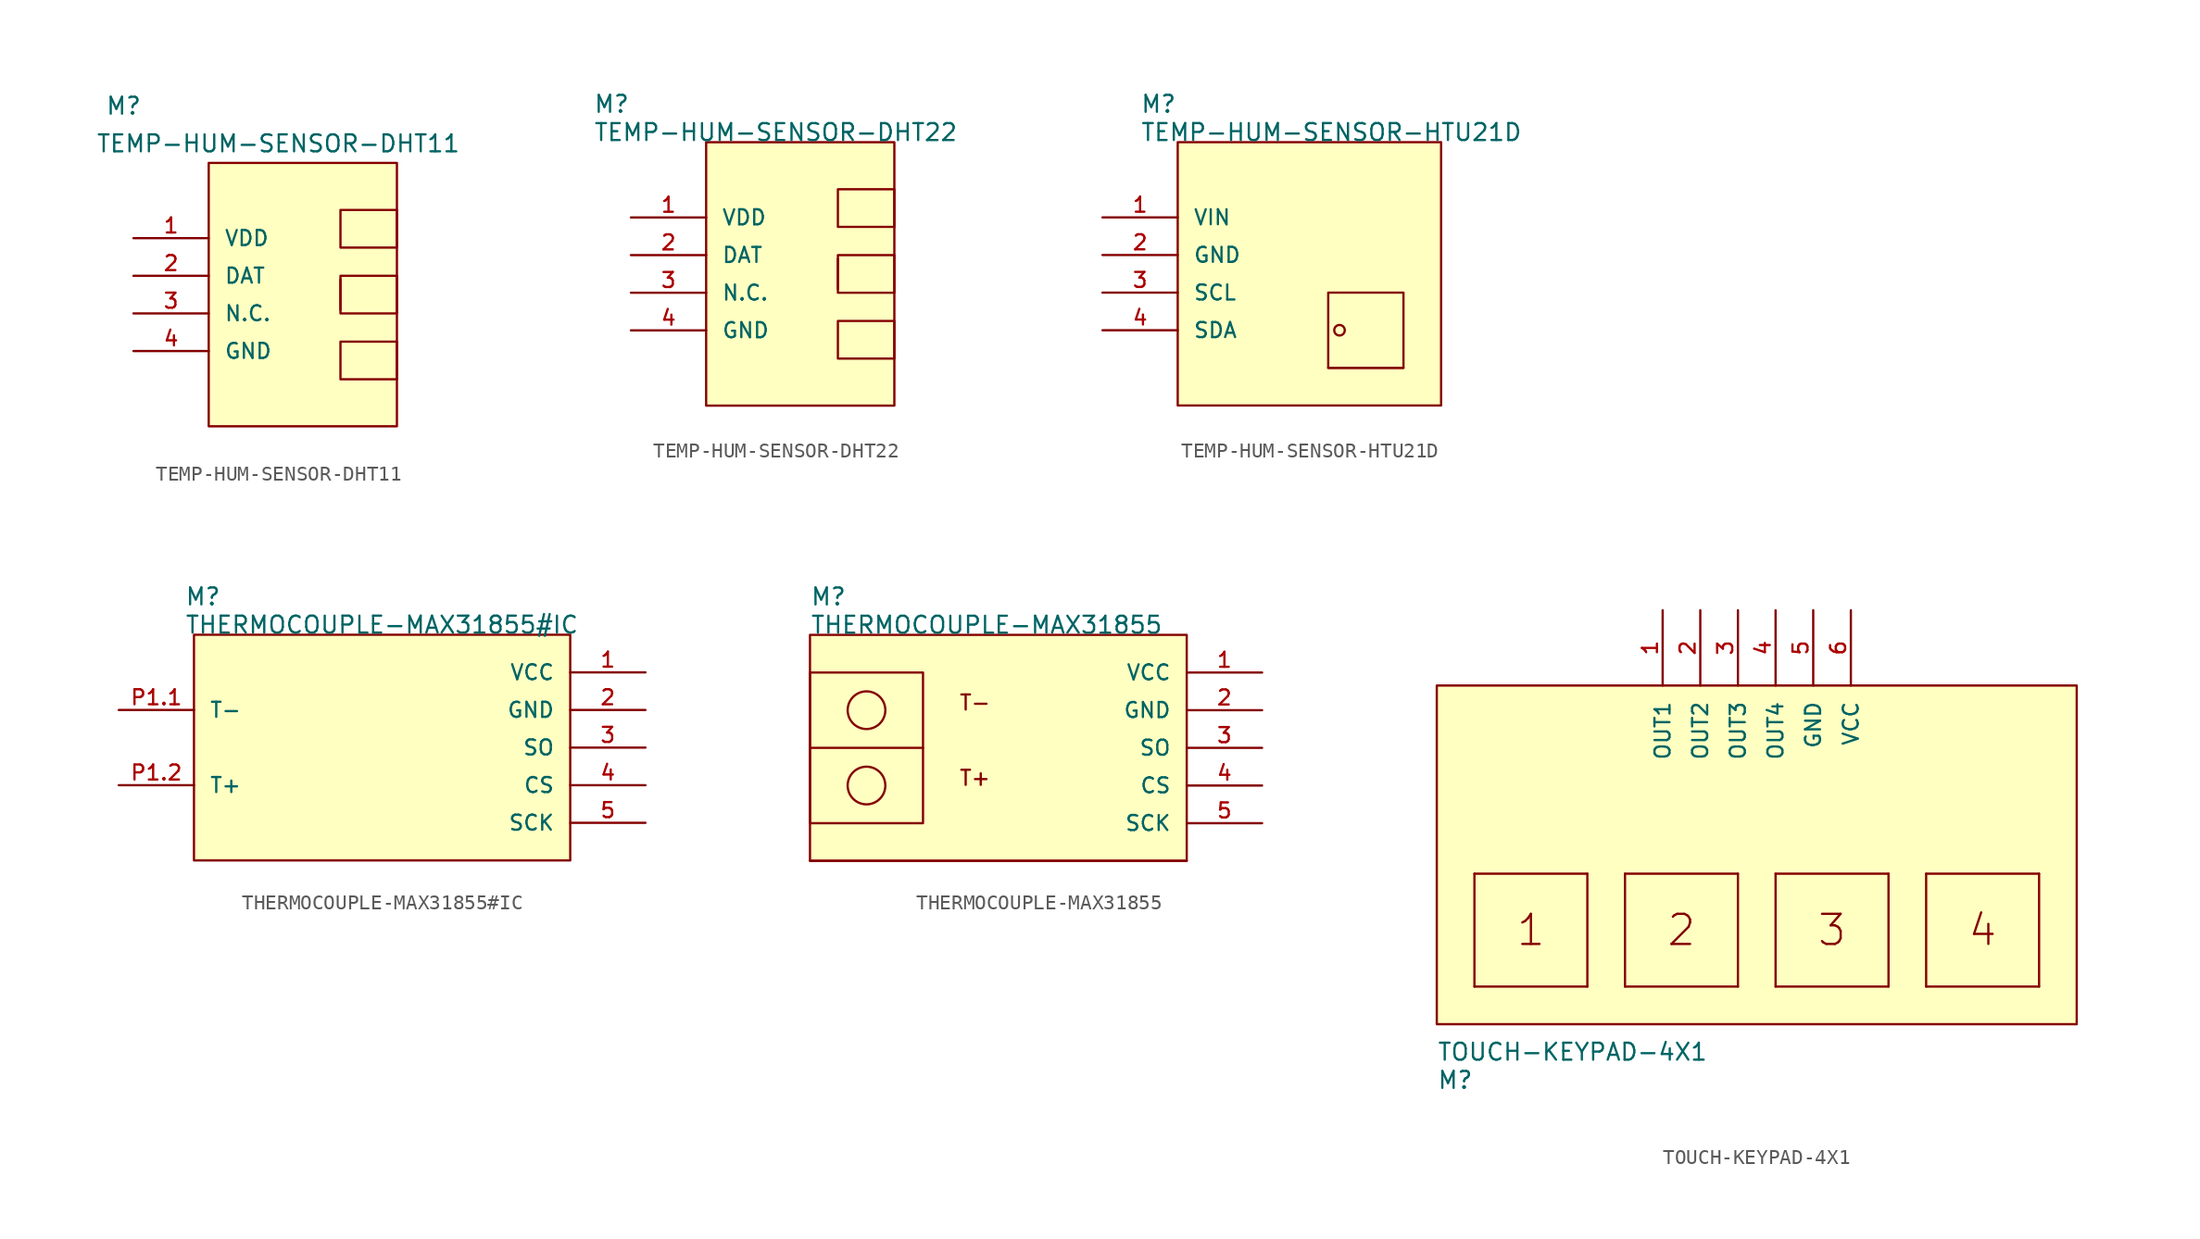
<source format=kicad_sym>
(kicad_symbol_lib
  (version 20231120)
  (generator "kicad_symbol_editor")
  (generator_version "8.0")
  (symbol "TEMP-HUM-SENSOR-DHT11"
    (pin_names
      (offset 1.016))
    (property "Reference" "M"
      (at -6.985 12.065 0)
      (effects (font (size 1.143 1.143)) (justify left bottom)))
    (property "Value" "TEMP-HUM-SENSOR-DHT11"
      (at -7.62 9.525 0)
      (effects (font (size 1.143 1.143)) (justify left bottom)))
    (property "ki_locked" ""
      (at 0 0 0)
      (effects (font (size 1.27 1.27))))
    (symbol "TEMP-HUM-SENSOR-DHT11_1_0"
      (polyline (pts (xy 8.89 1.016) (xy 8.89 -1.016)) (stroke (width 0) (type default)) (fill (type none)))
      (rectangle (start 0 8.89) (end 12.7 -8.89) (stroke (width 0) (type default)) (fill (type background)))
      (rectangle (start 8.89 -3.175) (end 12.7 -5.715) (stroke (width 0) (type default)) (fill (type none)))
      (rectangle (start 8.89 1.27) (end 12.7 -1.27) (stroke (width 0) (type default)) (fill (type none)))
      (rectangle (start 8.89 5.715) (end 12.7 3.175) (stroke (width 0) (type default)) (fill (type none))))
    (symbol "TEMP-HUM-SENSOR-DHT11_1_1"
      (pin power_in line (at -5.08 3.81 0) (length 5.08) (name "VDD" (effects (font (size 1.016 1.016)))) (number "1" (effects (font (size 1.016 1.016)))))
      (pin bidirectional line (at -5.08 1.27 0) (length 5.08) (name "DAT" (effects (font (size 1.016 1.016)))) (number "2" (effects (font (size 1.016 1.016)))))
      (pin passive line (at -5.08 -1.27 0) (length 5.08) (name "N.C." (effects (font (size 1.016 1.016)))) (number "3" (effects (font (size 1.016 1.016)))))
      (pin power_in line (at -5.08 -3.81 0) (length 5.08) (name "GND" (effects (font (size 1.016 1.016)))) (number "4" (effects (font (size 1.016 1.016)))))))
  (symbol "TEMP-HUM-SENSOR-DHT22"
    (pin_names
      (offset 1.016))
    (property "Reference" "M"
      (at -7.62 10.795 0)
      (effects (font (size 1.143 1.143)) (justify left bottom)))
    (property "Value" "TEMP-HUM-SENSOR-DHT22"
      (at -7.62 8.89 0)
      (effects (font (size 1.143 1.143)) (justify left bottom)))
    (property "ki_locked" ""
      (at 0 0 0)
      (effects (font (size 1.27 1.27))))
    (symbol "TEMP-HUM-SENSOR-DHT22_1_0"
      (polyline (pts (xy 8.89 1.016) (xy 8.89 -1.016)) (stroke (width 0) (type default)) (fill (type none)))
      (rectangle (start 0 8.89) (end 12.7 -8.89) (stroke (width 0) (type default)) (fill (type background)))
      (rectangle (start 8.89 -3.175) (end 12.7 -5.715) (stroke (width 0) (type default)) (fill (type none)))
      (rectangle (start 8.89 1.27) (end 12.7 -1.27) (stroke (width 0) (type default)) (fill (type none)))
      (rectangle (start 8.89 5.715) (end 12.7 3.175) (stroke (width 0) (type default)) (fill (type none))))
    (symbol "TEMP-HUM-SENSOR-DHT22_1_1"
      (pin power_in line (at -5.08 3.81 0) (length 5.08) (name "VDD" (effects (font (size 1.016 1.016)))) (number "1" (effects (font (size 1.016 1.016)))))
      (pin bidirectional line (at -5.08 1.27 0) (length 5.08) (name "DAT" (effects (font (size 1.016 1.016)))) (number "2" (effects (font (size 1.016 1.016)))))
      (pin passive line (at -5.08 -1.27 0) (length 5.08) (name "N.C." (effects (font (size 1.016 1.016)))) (number "3" (effects (font (size 1.016 1.016)))))
      (pin power_in line (at -5.08 -3.81 0) (length 5.08) (name "GND" (effects (font (size 1.016 1.016)))) (number "4" (effects (font (size 1.016 1.016)))))))
  (symbol "TEMP-HUM-SENSOR-HTU21D"
    (pin_names
      (offset 1.016))
    (property "Reference" "M"
      (at -2.54 10.795 0)
      (effects (font (size 1.143 1.143)) (justify left bottom)))
    (property "Value" "TEMP-HUM-SENSOR-HTU21D"
      (at -2.54 8.89 0)
      (effects (font (size 1.143 1.143)) (justify left bottom)))
    (property "ki_locked" ""
      (at 0 0 0)
      (effects (font (size 1.27 1.27))))
    (symbol "TEMP-HUM-SENSOR-HTU21D_1_0"
      (polyline (pts (xy 10.16 -6.35) (xy 15.24 -6.35)) (stroke (width 0) (type default)) (fill (type none))))
    (symbol "TEMP-HUM-SENSOR-HTU21D_1_1"
      (rectangle (start 0 -8.89) (end 17.78 8.89) (stroke (width 0) (type default)) (fill (type background)))
      (rectangle (start 10.16 -6.35) (end 15.24 -1.27) (stroke (width 0) (type default)) (fill (type none)))
      (circle (center 10.922 -3.81) (radius 0.356) (stroke (width 0) (type default)) (fill (type none)))
      (pin power_in line (at -5.08 3.81 0) (length 5.08) (name "VIN" (effects (font (size 1.016 1.016)))) (number "1" (effects (font (size 1.016 1.016)))))
      (pin power_in line (at -5.08 1.27 0) (length 5.08) (name "GND" (effects (font (size 1.016 1.016)))) (number "2" (effects (font (size 1.016 1.016)))))
      (pin bidirectional line (at -5.08 -1.27 0) (length 5.08) (name "SCL" (effects (font (size 1.016 1.016)))) (number "3" (effects (font (size 1.016 1.016)))))
      (pin bidirectional line (at -5.08 -3.81 0) (length 5.08) (name "SDA" (effects (font (size 1.016 1.016)))) (number "4" (effects (font (size 1.016 1.016)))))))
  (symbol "THERMOCOUPLE-MAX31855#IC"
    (pin_names
      (offset 1.016))
    (property "Reference" "M"
      (at -13.335 9.525 0)
      (effects (font (size 1.143 1.143)) (justify left bottom)))
    (property "Value" "THERMOCOUPLE-MAX31855#IC"
      (at -13.335 7.62 0)
      (effects (font (size 1.143 1.143)) (justify left bottom)))
    (property "ki_locked" ""
      (at 0 0 0)
      (effects (font (size 1.27 1.27))))
    (symbol "THERMOCOUPLE-MAX31855#IC_1_1"
      (rectangle (start -12.7 7.62) (end 12.7 -7.62) (stroke (width 0) (type default)) (fill (type background)))
      (pin power_in line (at 17.78 5.08 180) (length 5.08) (name "VCC" (effects (font (size 1.016 1.016)))) (number "1" (effects (font (size 1.016 1.016)))))
      (pin output line (at 17.78 2.54 180) (length 5.08) (name "GND" (effects (font (size 1.016 1.016)))) (number "2" (effects (font (size 1.016 1.016)))))
      (pin bidirectional line (at 17.78 0 180) (length 5.08) (name "SO" (effects (font (size 1.016 1.016)))) (number "3" (effects (font (size 1.016 1.016)))))
      (pin bidirectional line (at 17.78 -2.54 180) (length 5.08) (name "CS" (effects (font (size 1.016 1.016)))) (number "4" (effects (font (size 1.016 1.016)))))
      (pin bidirectional line (at 17.78 -5.08 180) (length 5.08) (name "SCK" (effects (font (size 1.016 1.016)))) (number "5" (effects (font (size 1.016 1.016)))))
      (pin bidirectional line (at -17.78 2.54 0) (length 5.08) (name "T-" (effects (font (size 1.016 1.016)))) (number "P1.1" (effects (font (size 1.016 1.016)))))
      (pin bidirectional line (at -17.78 -2.54 0) (length 5.08) (name "T+" (effects (font (size 1.016 1.016)))) (number "P1.2" (effects (font (size 1.016 1.016)))))))
  (symbol "THERMOCOUPLE-MAX31855"
    (pin_names
      (offset 1.016))
    (property "Reference" "M"
      (at -12.7 9.525 0)
      (effects (font (size 1.143 1.143)) (justify left bottom)))
    (property "Value" "THERMOCOUPLE-MAX31855"
      (at -12.7 7.62 0)
      (effects (font (size 1.143 1.143)) (justify left bottom)))
    (property "ki_locked" ""
      (at 0 0 0)
      (effects (font (size 1.27 1.27))))
    (symbol "THERMOCOUPLE-MAX31855_1_0"
      (polyline (pts (xy -12.7 0) (xy -5.08 0)) (stroke (width 0) (type default)) (fill (type none)))
      (polyline (pts (xy 12.7 -7.62) (xy -12.7 -7.62)) (stroke (width 0) (type default)) (fill (type none)))
      (text "T+" (at -1.575 -2.032 0) (effects (font (size 1.016 1.016))))
      (text "T-" (at -1.575 3.048 0) (effects (font (size 1.016 1.016)))))
    (symbol "THERMOCOUPLE-MAX31855_1_1"
      (rectangle (start -12.7 -7.62) (end 12.7 7.62) (stroke (width 0) (type default)) (fill (type background)))
      (rectangle (start -12.7 5.08) (end -5.08 -5.08) (stroke (width 0) (type default)) (fill (type none)))
      (circle (center -8.89 -2.54) (radius 1.27) (stroke (width 0) (type default)) (fill (type none)))
      (circle (center -8.89 2.54) (radius 1.27) (stroke (width 0) (type default)) (fill (type none)))
      (pin power_in line (at 17.78 5.08 180) (length 5.08) (name "VCC" (effects (font (size 1.016 1.016)))) (number "1" (effects (font (size 1.016 1.016)))))
      (pin output line (at 17.78 2.54 180) (length 5.08) (name "GND" (effects (font (size 1.016 1.016)))) (number "2" (effects (font (size 1.016 1.016)))))
      (pin bidirectional line (at 17.78 0 180) (length 5.08) (name "SO" (effects (font (size 1.016 1.016)))) (number "3" (effects (font (size 1.016 1.016)))))
      (pin bidirectional line (at 17.78 -2.54 180) (length 5.08) (name "CS" (effects (font (size 1.016 1.016)))) (number "4" (effects (font (size 1.016 1.016)))))
      (pin bidirectional line (at 17.78 -5.08 180) (length 5.08) (name "SCK" (effects (font (size 1.016 1.016)))) (number "5" (effects (font (size 1.016 1.016)))))))
  (symbol "TOUCH-KEYPAD-4X1"
    (pin_names
      (offset 1.016))
    (property "Reference" "M"
      (at -22.86 -17.145 0)
      (effects (font (size 1.143 1.143)) (justify left bottom)))
    (property "Value" "TOUCH-KEYPAD-4X1"
      (at -22.86 -15.24 0)
      (effects (font (size 1.143 1.143)) (justify left bottom)))
    (property "ki_locked" ""
      (at 0 0 0)
      (effects (font (size 1.27 1.27))))
    (symbol "TOUCH-KEYPAD-4X1_1_0"
      (polyline (pts (xy -20.32 -10.16) (xy -20.32 -2.54)) (stroke (width 0) (type default)) (fill (type none)))
      (polyline (pts (xy -20.32 -2.54) (xy -12.7 -2.54)) (stroke (width 0) (type default)) (fill (type none)))
      (polyline (pts (xy -12.7 -10.16) (xy -20.32 -10.16)) (stroke (width 0) (type default)) (fill (type none)))
      (polyline (pts (xy -12.7 -2.54) (xy -12.7 -10.16)) (stroke (width 0) (type default)) (fill (type none)))
      (polyline (pts (xy -10.16 -10.16) (xy -10.16 -2.54)) (stroke (width 0) (type default)) (fill (type none)))
      (polyline (pts (xy -10.16 -2.54) (xy -2.54 -2.54)) (stroke (width 0) (type default)) (fill (type none)))
      (polyline (pts (xy -2.54 -10.16) (xy -10.16 -10.16)) (stroke (width 0) (type default)) (fill (type none)))
      (polyline (pts (xy -2.54 -2.54) (xy -2.54 -10.16)) (stroke (width 0) (type default)) (fill (type none)))
      (polyline (pts (xy 0 -10.16) (xy 0 -2.54)) (stroke (width 0) (type default)) (fill (type none)))
      (polyline (pts (xy 0 -2.54) (xy 7.62 -2.54)) (stroke (width 0) (type default)) (fill (type none)))
      (polyline (pts (xy 7.62 -10.16) (xy 0 -10.16)) (stroke (width 0) (type default)) (fill (type none)))
      (polyline (pts (xy 7.62 -2.54) (xy 7.62 -10.16)) (stroke (width 0) (type default)) (fill (type none)))
      (polyline (pts (xy 10.16 -10.16) (xy 10.16 -2.54)) (stroke (width 0) (type default)) (fill (type none)))
      (polyline (pts (xy 10.16 -2.54) (xy 17.78 -2.54)) (stroke (width 0) (type default)) (fill (type none)))
      (polyline (pts (xy 17.78 -10.16) (xy 10.16 -10.16)) (stroke (width 0) (type default)) (fill (type none)))
      (polyline (pts (xy 17.78 -2.54) (xy 17.78 -10.16)) (stroke (width 0) (type default)) (fill (type none)))
      (text "1" (at -16.51 -6.35 0) (effects (font (size 2.032 2.032))))
      (text "2" (at -6.35 -6.35 0) (effects (font (size 2.032 2.032))))
      (text "3" (at 3.81 -6.35 0) (effects (font (size 2.032 2.032))))
      (text "4" (at 13.97 -6.35 0) (effects (font (size 2.032 2.032)))))
    (symbol "TOUCH-KEYPAD-4X1_1_1"
      (rectangle (start -22.86 -12.7) (end 20.32 10.16) (stroke (width 0) (type default)) (fill (type background)))
      (pin bidirectional line (at -7.62 15.24 270) (length 5.08) (name "OUT1" (effects (font (size 1.016 1.016)))) (number "1" (effects (font (size 1.016 1.016)))))
      (pin bidirectional line (at -5.08 15.24 270) (length 5.08) (name "OUT2" (effects (font (size 1.016 1.016)))) (number "2" (effects (font (size 1.016 1.016)))))
      (pin bidirectional line (at -2.54 15.24 270) (length 5.08) (name "OUT3" (effects (font (size 1.016 1.016)))) (number "3" (effects (font (size 1.016 1.016)))))
      (pin bidirectional line (at 0 15.24 270) (length 5.08) (name "OUT4" (effects (font (size 1.016 1.016)))) (number "4" (effects (font (size 1.016 1.016)))))
      (pin power_in line (at 2.54 15.24 270) (length 5.08) (name "GND" (effects (font (size 1.016 1.016)))) (number "5" (effects (font (size 1.016 1.016)))))
      (pin power_in line (at 5.08 15.24 270) (length 5.08) (name "VCC" (effects (font (size 1.016 1.016)))) (number "6" (effects (font (size 1.016 1.016))))))))
</source>
